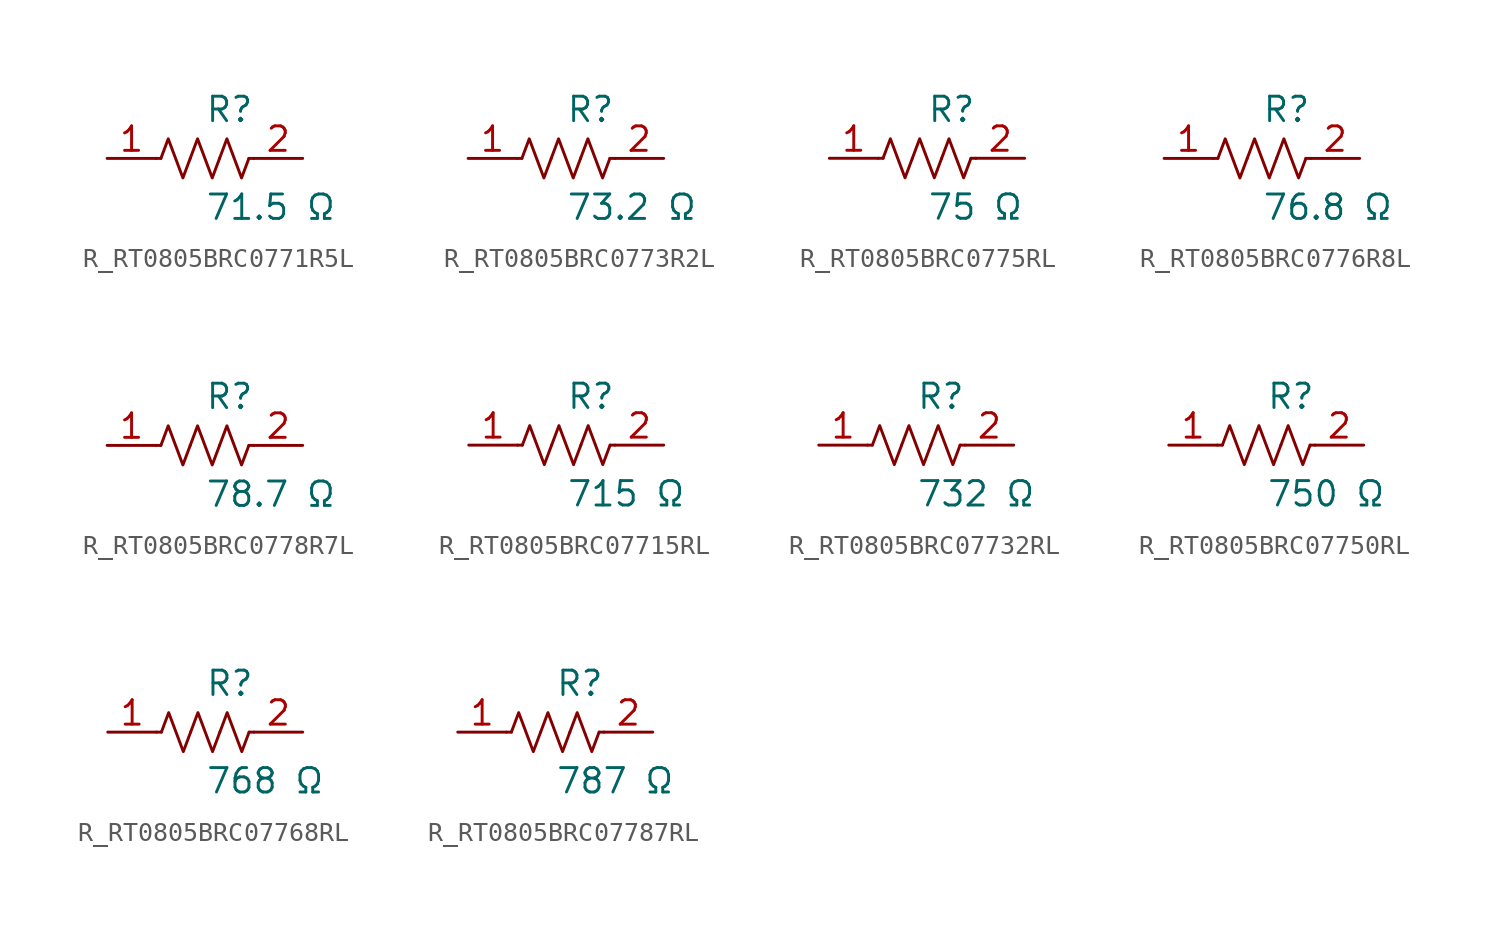
<source format=kicad_sym>
(kicad_symbol_lib
  (version 20231120)
  (generator kicad_symbol_editor)
  (generator_version 8.0)
  (symbol "R_RT0805BRC0771R5L"
    (pin_names
      (offset 0.254))
    (property "Reference" "R"
      (at 0.0 2.54 0)
      (effects (font (size 1.27 1.27)) (justify left)))
    (property "Value" "71.5 Ω"
      (at 0.0 -2.54 0)
      (effects (font (size 1.27 1.27)) (justify left)))
    (symbol "R_RT0805BRC0771R5L_0_1"
      (polyline (pts (xy 2.286 0) (xy 2.54 0)) (stroke (width 0) (type default)) (fill (type none)))
      (polyline (pts (xy -2.286 0) (xy -2.54 0)) (stroke (width 0) (type default)) (fill (type none)))
      (polyline (pts (xy 0.762 0) (xy 1.143 1.016) (xy 1.524 0) (xy 1.905 -1.016) (xy 2.286 0)) (stroke (width 0) (type default)) (fill (type none)))
      (polyline (pts (xy -0.762 0) (xy -0.381 1.016) (xy 0 0) (xy 0.381 -1.016) (xy 0.762 0)) (stroke (width 0) (type default)) (fill (type none)))
      (polyline (pts (xy -2.286 0) (xy -1.905 1.016) (xy -1.524 0) (xy -1.143 -1.016) (xy -0.762 0)) (stroke (width 0) (type default)) (fill (type none))))
    (pin unspecified line
      (at -5.08 0 0)
      (length 2.54)
      (name "" (effects (font (size 1.27 1.27))))
      (number "1" (effects (font (size 1.27 1.27)))))
    (pin unspecified line
      (at 5.08 0 180)
      (length 2.54)
      (name "" (effects (font (size 1.27 1.27))))
      (number "2" (effects (font (size 1.27 1.27))))))
  (symbol "R_RT0805BRC0773R2L"
    (pin_names
      (offset 0.254))
    (property "Reference" "R"
      (at 0.0 2.54 0)
      (effects (font (size 1.27 1.27)) (justify left)))
    (property "Value" "73.2 Ω"
      (at 0.0 -2.54 0)
      (effects (font (size 1.27 1.27)) (justify left)))
    (symbol "R_RT0805BRC0773R2L_0_1"
      (polyline (pts (xy 2.286 0) (xy 2.54 0)) (stroke (width 0) (type default)) (fill (type none)))
      (polyline (pts (xy -2.286 0) (xy -2.54 0)) (stroke (width 0) (type default)) (fill (type none)))
      (polyline (pts (xy 0.762 0) (xy 1.143 1.016) (xy 1.524 0) (xy 1.905 -1.016) (xy 2.286 0)) (stroke (width 0) (type default)) (fill (type none)))
      (polyline (pts (xy -0.762 0) (xy -0.381 1.016) (xy 0 0) (xy 0.381 -1.016) (xy 0.762 0)) (stroke (width 0) (type default)) (fill (type none)))
      (polyline (pts (xy -2.286 0) (xy -1.905 1.016) (xy -1.524 0) (xy -1.143 -1.016) (xy -0.762 0)) (stroke (width 0) (type default)) (fill (type none))))
    (pin unspecified line
      (at -5.08 0 0)
      (length 2.54)
      (name "" (effects (font (size 1.27 1.27))))
      (number "1" (effects (font (size 1.27 1.27)))))
    (pin unspecified line
      (at 5.08 0 180)
      (length 2.54)
      (name "" (effects (font (size 1.27 1.27))))
      (number "2" (effects (font (size 1.27 1.27))))))
  (symbol "R_RT0805BRC0775RL"
    (pin_names
      (offset 0.254))
    (property "Reference" "R"
      (at 0.0 2.54 0)
      (effects (font (size 1.27 1.27)) (justify left)))
    (property "Value" "75 Ω"
      (at 0.0 -2.54 0)
      (effects (font (size 1.27 1.27)) (justify left)))
    (symbol "R_RT0805BRC0775RL_0_1"
      (polyline (pts (xy 2.286 0) (xy 2.54 0)) (stroke (width 0) (type default)) (fill (type none)))
      (polyline (pts (xy -2.286 0) (xy -2.54 0)) (stroke (width 0) (type default)) (fill (type none)))
      (polyline (pts (xy 0.762 0) (xy 1.143 1.016) (xy 1.524 0) (xy 1.905 -1.016) (xy 2.286 0)) (stroke (width 0) (type default)) (fill (type none)))
      (polyline (pts (xy -0.762 0) (xy -0.381 1.016) (xy 0 0) (xy 0.381 -1.016) (xy 0.762 0)) (stroke (width 0) (type default)) (fill (type none)))
      (polyline (pts (xy -2.286 0) (xy -1.905 1.016) (xy -1.524 0) (xy -1.143 -1.016) (xy -0.762 0)) (stroke (width 0) (type default)) (fill (type none))))
    (pin unspecified line
      (at -5.08 0 0)
      (length 2.54)
      (name "" (effects (font (size 1.27 1.27))))
      (number "1" (effects (font (size 1.27 1.27)))))
    (pin unspecified line
      (at 5.08 0 180)
      (length 2.54)
      (name "" (effects (font (size 1.27 1.27))))
      (number "2" (effects (font (size 1.27 1.27))))))
  (symbol "R_RT0805BRC0776R8L"
    (pin_names
      (offset 0.254))
    (property "Reference" "R"
      (at 0.0 2.54 0)
      (effects (font (size 1.27 1.27)) (justify left)))
    (property "Value" "76.8 Ω"
      (at 0.0 -2.54 0)
      (effects (font (size 1.27 1.27)) (justify left)))
    (symbol "R_RT0805BRC0776R8L_0_1"
      (polyline (pts (xy 2.286 0) (xy 2.54 0)) (stroke (width 0) (type default)) (fill (type none)))
      (polyline (pts (xy -2.286 0) (xy -2.54 0)) (stroke (width 0) (type default)) (fill (type none)))
      (polyline (pts (xy 0.762 0) (xy 1.143 1.016) (xy 1.524 0) (xy 1.905 -1.016) (xy 2.286 0)) (stroke (width 0) (type default)) (fill (type none)))
      (polyline (pts (xy -0.762 0) (xy -0.381 1.016) (xy 0 0) (xy 0.381 -1.016) (xy 0.762 0)) (stroke (width 0) (type default)) (fill (type none)))
      (polyline (pts (xy -2.286 0) (xy -1.905 1.016) (xy -1.524 0) (xy -1.143 -1.016) (xy -0.762 0)) (stroke (width 0) (type default)) (fill (type none))))
    (pin unspecified line
      (at -5.08 0 0)
      (length 2.54)
      (name "" (effects (font (size 1.27 1.27))))
      (number "1" (effects (font (size 1.27 1.27)))))
    (pin unspecified line
      (at 5.08 0 180)
      (length 2.54)
      (name "" (effects (font (size 1.27 1.27))))
      (number "2" (effects (font (size 1.27 1.27))))))
  (symbol "R_RT0805BRC0778R7L"
    (pin_names
      (offset 0.254))
    (property "Reference" "R"
      (at 0.0 2.54 0)
      (effects (font (size 1.27 1.27)) (justify left)))
    (property "Value" "78.7 Ω"
      (at 0.0 -2.54 0)
      (effects (font (size 1.27 1.27)) (justify left)))
    (symbol "R_RT0805BRC0778R7L_0_1"
      (polyline (pts (xy 2.286 0) (xy 2.54 0)) (stroke (width 0) (type default)) (fill (type none)))
      (polyline (pts (xy -2.286 0) (xy -2.54 0)) (stroke (width 0) (type default)) (fill (type none)))
      (polyline (pts (xy 0.762 0) (xy 1.143 1.016) (xy 1.524 0) (xy 1.905 -1.016) (xy 2.286 0)) (stroke (width 0) (type default)) (fill (type none)))
      (polyline (pts (xy -0.762 0) (xy -0.381 1.016) (xy 0 0) (xy 0.381 -1.016) (xy 0.762 0)) (stroke (width 0) (type default)) (fill (type none)))
      (polyline (pts (xy -2.286 0) (xy -1.905 1.016) (xy -1.524 0) (xy -1.143 -1.016) (xy -0.762 0)) (stroke (width 0) (type default)) (fill (type none))))
    (pin unspecified line
      (at -5.08 0 0)
      (length 2.54)
      (name "" (effects (font (size 1.27 1.27))))
      (number "1" (effects (font (size 1.27 1.27)))))
    (pin unspecified line
      (at 5.08 0 180)
      (length 2.54)
      (name "" (effects (font (size 1.27 1.27))))
      (number "2" (effects (font (size 1.27 1.27))))))
  (symbol "R_RT0805BRC07715RL"
    (pin_names
      (offset 0.254))
    (property "Reference" "R"
      (at 0.0 2.54 0)
      (effects (font (size 1.27 1.27)) (justify left)))
    (property "Value" "715 Ω"
      (at 0.0 -2.54 0)
      (effects (font (size 1.27 1.27)) (justify left)))
    (symbol "R_RT0805BRC07715RL_0_1"
      (polyline (pts (xy 2.286 0) (xy 2.54 0)) (stroke (width 0) (type default)) (fill (type none)))
      (polyline (pts (xy -2.286 0) (xy -2.54 0)) (stroke (width 0) (type default)) (fill (type none)))
      (polyline (pts (xy 0.762 0) (xy 1.143 1.016) (xy 1.524 0) (xy 1.905 -1.016) (xy 2.286 0)) (stroke (width 0) (type default)) (fill (type none)))
      (polyline (pts (xy -0.762 0) (xy -0.381 1.016) (xy 0 0) (xy 0.381 -1.016) (xy 0.762 0)) (stroke (width 0) (type default)) (fill (type none)))
      (polyline (pts (xy -2.286 0) (xy -1.905 1.016) (xy -1.524 0) (xy -1.143 -1.016) (xy -0.762 0)) (stroke (width 0) (type default)) (fill (type none))))
    (pin unspecified line
      (at -5.08 0 0)
      (length 2.54)
      (name "" (effects (font (size 1.27 1.27))))
      (number "1" (effects (font (size 1.27 1.27)))))
    (pin unspecified line
      (at 5.08 0 180)
      (length 2.54)
      (name "" (effects (font (size 1.27 1.27))))
      (number "2" (effects (font (size 1.27 1.27))))))
  (symbol "R_RT0805BRC07732RL"
    (pin_names
      (offset 0.254))
    (property "Reference" "R"
      (at 0.0 2.54 0)
      (effects (font (size 1.27 1.27)) (justify left)))
    (property "Value" "732 Ω"
      (at 0.0 -2.54 0)
      (effects (font (size 1.27 1.27)) (justify left)))
    (symbol "R_RT0805BRC07732RL_0_1"
      (polyline (pts (xy 2.286 0) (xy 2.54 0)) (stroke (width 0) (type default)) (fill (type none)))
      (polyline (pts (xy -2.286 0) (xy -2.54 0)) (stroke (width 0) (type default)) (fill (type none)))
      (polyline (pts (xy 0.762 0) (xy 1.143 1.016) (xy 1.524 0) (xy 1.905 -1.016) (xy 2.286 0)) (stroke (width 0) (type default)) (fill (type none)))
      (polyline (pts (xy -0.762 0) (xy -0.381 1.016) (xy 0 0) (xy 0.381 -1.016) (xy 0.762 0)) (stroke (width 0) (type default)) (fill (type none)))
      (polyline (pts (xy -2.286 0) (xy -1.905 1.016) (xy -1.524 0) (xy -1.143 -1.016) (xy -0.762 0)) (stroke (width 0) (type default)) (fill (type none))))
    (pin unspecified line
      (at -5.08 0 0)
      (length 2.54)
      (name "" (effects (font (size 1.27 1.27))))
      (number "1" (effects (font (size 1.27 1.27)))))
    (pin unspecified line
      (at 5.08 0 180)
      (length 2.54)
      (name "" (effects (font (size 1.27 1.27))))
      (number "2" (effects (font (size 1.27 1.27))))))
  (symbol "R_RT0805BRC07750RL"
    (pin_names
      (offset 0.254))
    (property "Reference" "R"
      (at 0.0 2.54 0)
      (effects (font (size 1.27 1.27)) (justify left)))
    (property "Value" "750 Ω"
      (at 0.0 -2.54 0)
      (effects (font (size 1.27 1.27)) (justify left)))
    (symbol "R_RT0805BRC07750RL_0_1"
      (polyline (pts (xy 2.286 0) (xy 2.54 0)) (stroke (width 0) (type default)) (fill (type none)))
      (polyline (pts (xy -2.286 0) (xy -2.54 0)) (stroke (width 0) (type default)) (fill (type none)))
      (polyline (pts (xy 0.762 0) (xy 1.143 1.016) (xy 1.524 0) (xy 1.905 -1.016) (xy 2.286 0)) (stroke (width 0) (type default)) (fill (type none)))
      (polyline (pts (xy -0.762 0) (xy -0.381 1.016) (xy 0 0) (xy 0.381 -1.016) (xy 0.762 0)) (stroke (width 0) (type default)) (fill (type none)))
      (polyline (pts (xy -2.286 0) (xy -1.905 1.016) (xy -1.524 0) (xy -1.143 -1.016) (xy -0.762 0)) (stroke (width 0) (type default)) (fill (type none))))
    (pin unspecified line
      (at -5.08 0 0)
      (length 2.54)
      (name "" (effects (font (size 1.27 1.27))))
      (number "1" (effects (font (size 1.27 1.27)))))
    (pin unspecified line
      (at 5.08 0 180)
      (length 2.54)
      (name "" (effects (font (size 1.27 1.27))))
      (number "2" (effects (font (size 1.27 1.27))))))
  (symbol "R_RT0805BRC07768RL"
    (pin_names
      (offset 0.254))
    (property "Reference" "R"
      (at 0.0 2.54 0)
      (effects (font (size 1.27 1.27)) (justify left)))
    (property "Value" "768 Ω"
      (at 0.0 -2.54 0)
      (effects (font (size 1.27 1.27)) (justify left)))
    (symbol "R_RT0805BRC07768RL_0_1"
      (polyline (pts (xy 2.286 0) (xy 2.54 0)) (stroke (width 0) (type default)) (fill (type none)))
      (polyline (pts (xy -2.286 0) (xy -2.54 0)) (stroke (width 0) (type default)) (fill (type none)))
      (polyline (pts (xy 0.762 0) (xy 1.143 1.016) (xy 1.524 0) (xy 1.905 -1.016) (xy 2.286 0)) (stroke (width 0) (type default)) (fill (type none)))
      (polyline (pts (xy -0.762 0) (xy -0.381 1.016) (xy 0 0) (xy 0.381 -1.016) (xy 0.762 0)) (stroke (width 0) (type default)) (fill (type none)))
      (polyline (pts (xy -2.286 0) (xy -1.905 1.016) (xy -1.524 0) (xy -1.143 -1.016) (xy -0.762 0)) (stroke (width 0) (type default)) (fill (type none))))
    (pin unspecified line
      (at -5.08 0 0)
      (length 2.54)
      (name "" (effects (font (size 1.27 1.27))))
      (number "1" (effects (font (size 1.27 1.27)))))
    (pin unspecified line
      (at 5.08 0 180)
      (length 2.54)
      (name "" (effects (font (size 1.27 1.27))))
      (number "2" (effects (font (size 1.27 1.27))))))
  (symbol "R_RT0805BRC07787RL"
    (pin_names
      (offset 0.254))
    (property "Reference" "R"
      (at 0.0 2.54 0)
      (effects (font (size 1.27 1.27)) (justify left)))
    (property "Value" "787 Ω"
      (at 0.0 -2.54 0)
      (effects (font (size 1.27 1.27)) (justify left)))
    (symbol "R_RT0805BRC07787RL_0_1"
      (polyline (pts (xy 2.286 0) (xy 2.54 0)) (stroke (width 0) (type default)) (fill (type none)))
      (polyline (pts (xy -2.286 0) (xy -2.54 0)) (stroke (width 0) (type default)) (fill (type none)))
      (polyline (pts (xy 0.762 0) (xy 1.143 1.016) (xy 1.524 0) (xy 1.905 -1.016) (xy 2.286 0)) (stroke (width 0) (type default)) (fill (type none)))
      (polyline (pts (xy -0.762 0) (xy -0.381 1.016) (xy 0 0) (xy 0.381 -1.016) (xy 0.762 0)) (stroke (width 0) (type default)) (fill (type none)))
      (polyline (pts (xy -2.286 0) (xy -1.905 1.016) (xy -1.524 0) (xy -1.143 -1.016) (xy -0.762 0)) (stroke (width 0) (type default)) (fill (type none))))
    (pin unspecified line
      (at -5.08 0 0)
      (length 2.54)
      (name "" (effects (font (size 1.27 1.27))))
      (number "1" (effects (font (size 1.27 1.27)))))
    (pin unspecified line
      (at 5.08 0 180)
      (length 2.54)
      (name "" (effects (font (size 1.27 1.27))))
      (number "2" (effects (font (size 1.27 1.27)))))))
</source>
